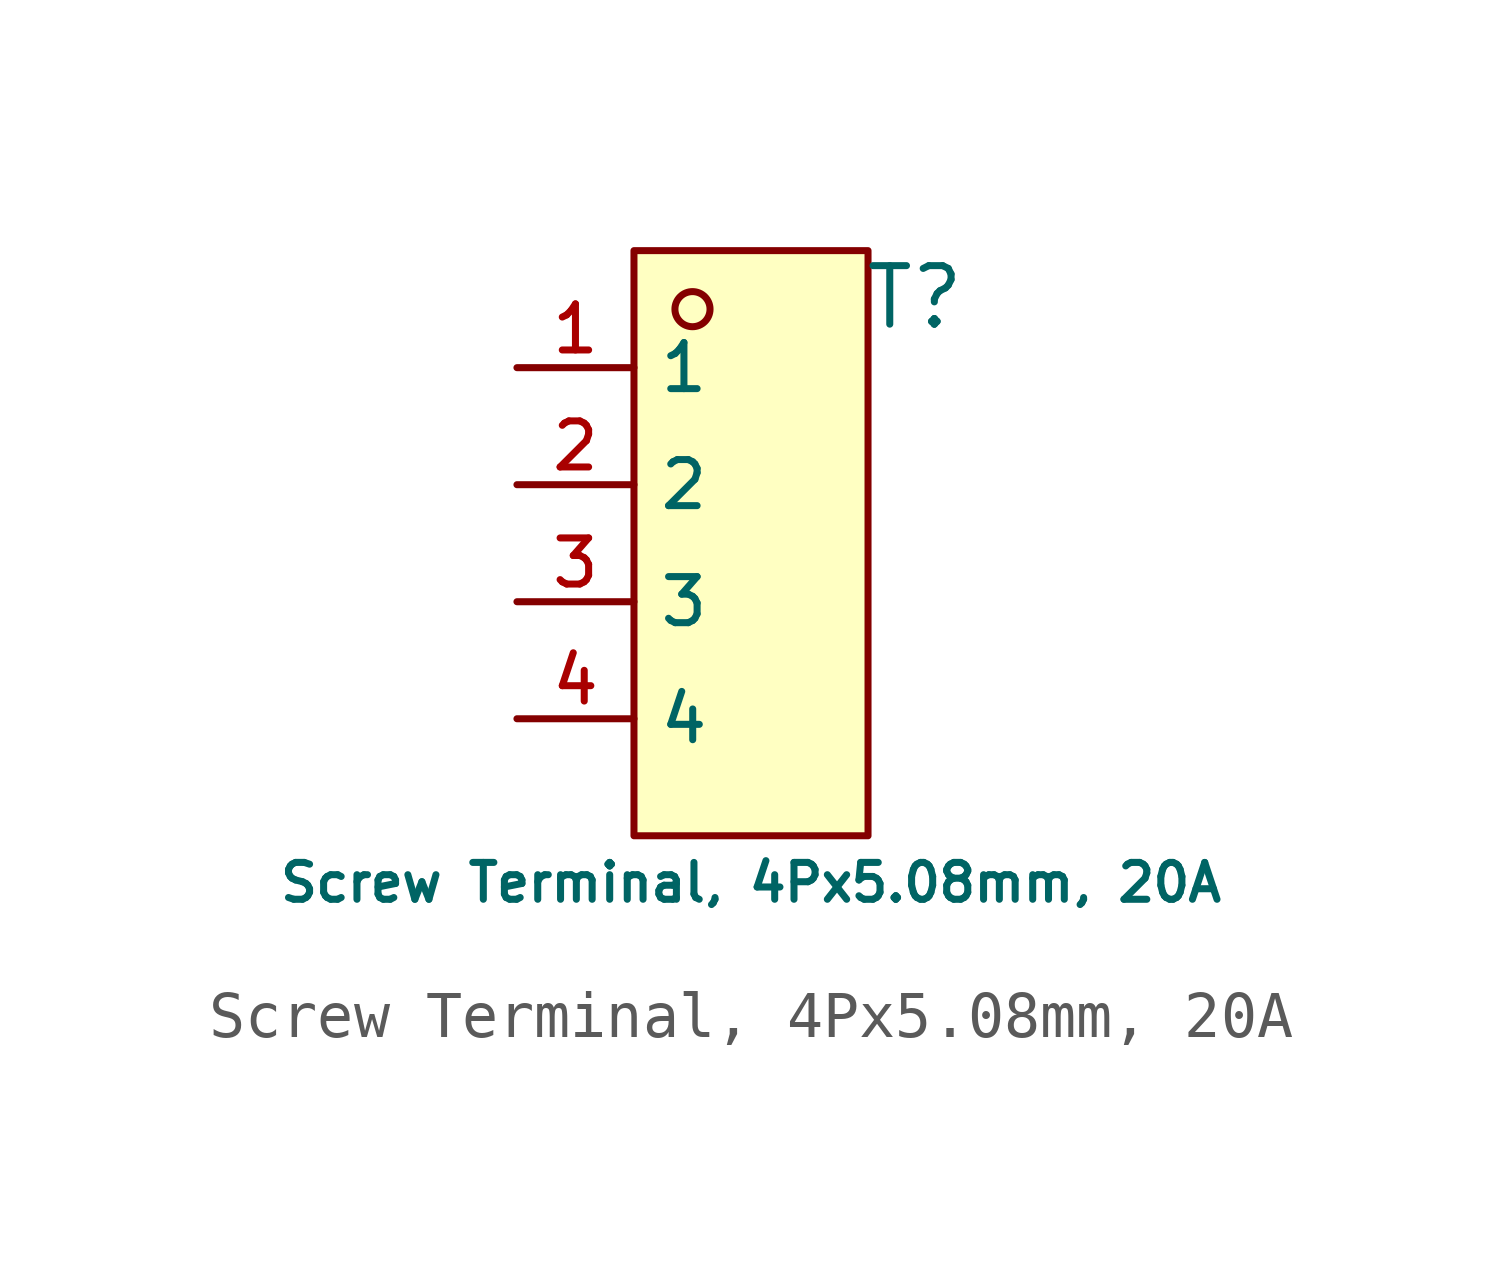
<source format=kicad_sym>
(kicad_symbol_lib
  (version 20231120)
  (generator "CDFER_Archive_Tool")
  (generator_version "0.0")
  (symbol "Screw Terminal, 4Px5.08mm, 20A"
    (property "Reference" "T"
      (at 3.556 6.604 0)
      (effects (font (size 1.27 1.27))))
    (property "Value" "Screw Terminal, 4Px5.08mm, 20A"
      (at 0 -6.096 0)
      (effects (font (size 0.8 0.8))))
    (symbol "Screw Terminal, 4Px5.08mm, 20A_0_1"
      (rectangle (start -2.54 7.62) (end 2.54 -5.08) (stroke (width 0) (type default)) (fill (type background)))
      (circle (center -1.27 6.35) (radius 0.381) (stroke (width 0) (type default)) (fill (type background)))
      (pin unspecified line (at -5.08 5.08 0) (length 2.54) (name "1" (effects (font (size 1 1)))) (number "1" (effects (font (size 1 1)))))
      (pin unspecified line (at -5.08 2.54 0) (length 2.54) (name "2" (effects (font (size 1 1)))) (number "2" (effects (font (size 1 1)))))
      (pin unspecified line (at -5.08 0 0) (length 2.54) (name "3" (effects (font (size 1 1)))) (number "3" (effects (font (size 1 1)))))
      (pin unspecified line (at -5.08 -2.54 0) (length 2.54) (name "4" (effects (font (size 1 1)))) (number "4" (effects (font (size 1 1))))))))
</source>
